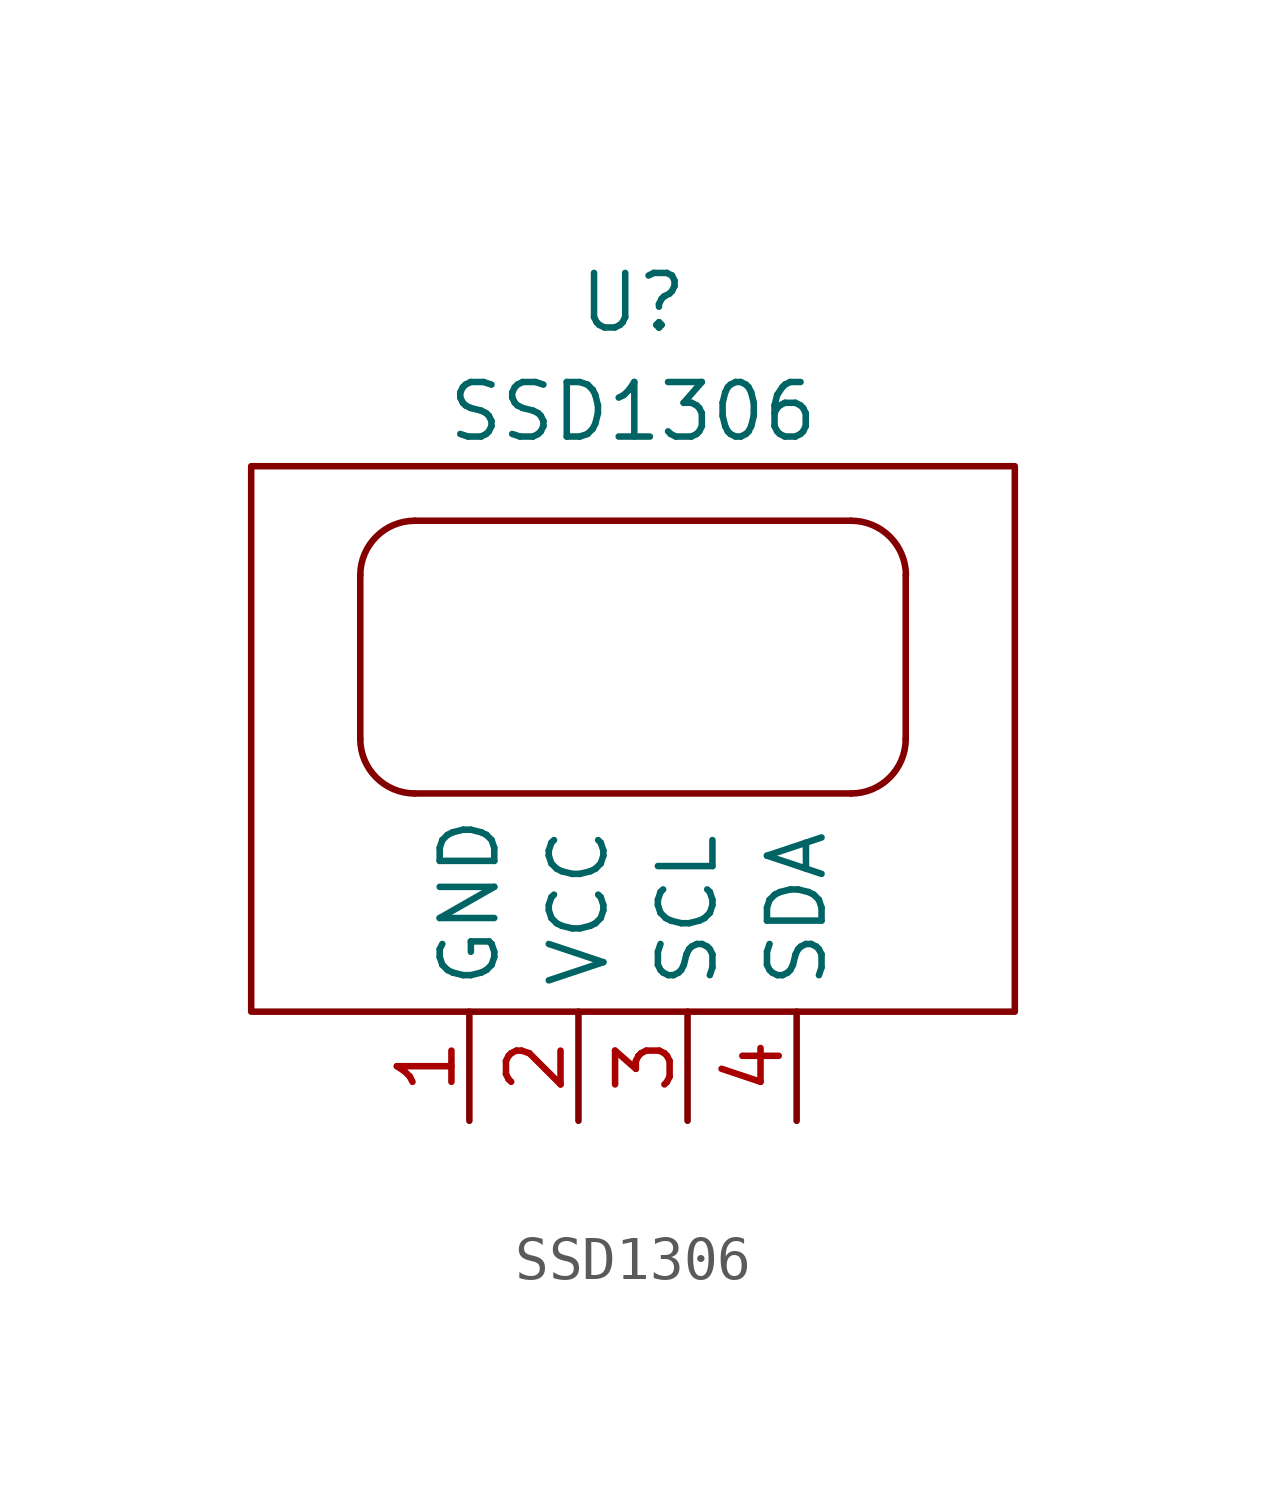
<source format=kicad_sym>
(kicad_symbol_lib
  (version 20211014)
  (generator kicad_symbol_editor)
  (symbol "SSD1306"
    (property "Reference" "U"
      (at 0 8.89 0)
      (effects (font (size 1.27 1.27))))
    (property "Value" "SSD1306"
      (at 0 6.35 0)
      (effects (font (size 1.27 1.27))))
    (symbol "SSD1306_0_1"
      (rectangle (start -8.89 5.08) (end 8.89 -7.62) (stroke (width 0.152) (type default) (color 0 0 0 0)) (fill (type none)))
      (arc (start -6.35 -1.27) (mid -5.978 -2.168) (end -5.08 -2.54) (stroke (width 0.1524) (type default) (color 0 0 0 0)) (fill (type none)))
      (arc (start -5.08 3.81) (mid -5.978 3.438) (end -6.35 2.54) (stroke (width 0.1524) (type default) (color 0 0 0 0)) (fill (type none)))
      (polyline (pts (xy -6.35 2.54) (xy -6.35 -1.27)) (stroke (width 0.152) (type default) (color 0 0 0 0)) (fill (type none)))
      (polyline (pts (xy 5.08 -2.54) (xy -5.08 -2.54)) (stroke (width 0.152) (type default) (color 0 0 0 0)) (fill (type none)))
      (polyline (pts (xy 5.08 3.81) (xy -5.08 3.81)) (stroke (width 0.152) (type default) (color 0 0 0 0)) (fill (type none)))
      (polyline (pts (xy 6.35 2.54) (xy 6.35 -1.27)) (stroke (width 0.152) (type default) (color 0 0 0 0)) (fill (type none)))
      (arc (start 5.08 -2.54) (mid 5.978 -2.168) (end 6.35 -1.27) (stroke (width 0.1524) (type default) (color 0 0 0 0)) (fill (type none)))
      (arc (start 6.35 2.54) (mid 5.978 3.438) (end 5.08 3.81) (stroke (width 0.1524) (type default) (color 0 0 0 0)) (fill (type none))))
    (symbol "SSD1306_1_1"
      (pin passive line (at -3.81 -10.16 90) (length 2.54) (name "GND" (effects (font (size 1.27 1.27)))) (number "1" (effects (font (size 1.27 1.27)))))
      (pin passive line (at -1.27 -10.16 90) (length 2.54) (name "VCC" (effects (font (size 1.27 1.27)))) (number "2" (effects (font (size 1.27 1.27)))))
      (pin input line (at 1.27 -10.16 90) (length 2.54) (name "SCL" (effects (font (size 1.27 1.27)))) (number "3" (effects (font (size 1.27 1.27)))))
      (pin input line (at 3.81 -10.16 90) (length 2.54) (name "SDA" (effects (font (size 1.27 1.27)))) (number "4" (effects (font (size 1.27 1.27))))))))
</source>
